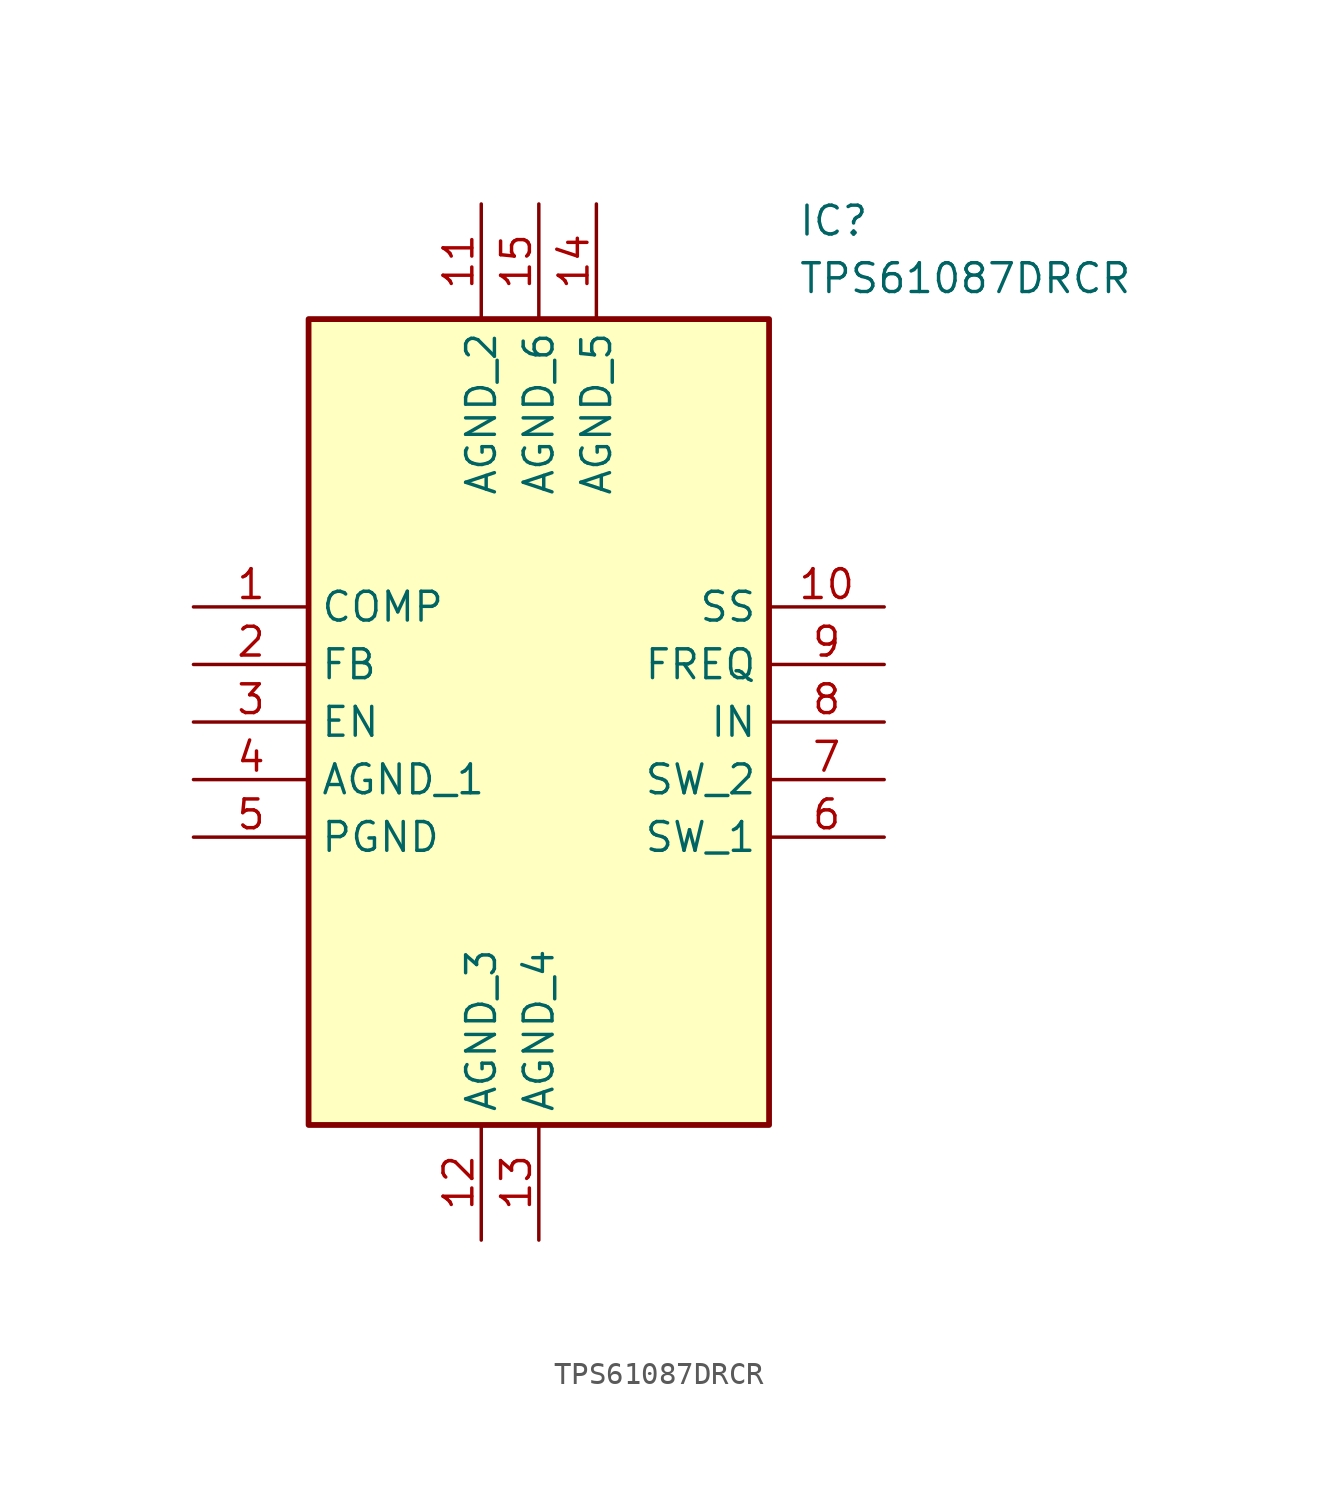
<source format=kicad_sym>
(kicad_symbol_lib
  (version 20211014)
  (generator SamacSys_ECAD_Model)
  (symbol "TPS61087DRCR"
    (property "Reference" "IC"
      (at 26.67 17.78 0)
      (effects (font (size 1.27 1.27)) (justify left top)))
    (property "Value" "TPS61087DRCR"
      (at 26.67 15.24 0)
      (effects (font (size 1.27 1.27)) (justify left top)))
    (rectangle
      (start 5.08 12.7)
      (end 25.4 -22.86)
      (stroke (width 0.254) (type default))
      (fill (type background)))
    (pin passive line
      (at 0 0 0)
      (length 5.08)
      (name "COMP" (effects (font (size 1.27 1.27))))
      (number "1" (effects (font (size 1.27 1.27)))))
    (pin passive line
      (at 0 -2.54 0)
      (length 5.08)
      (name "FB" (effects (font (size 1.27 1.27))))
      (number "2" (effects (font (size 1.27 1.27)))))
    (pin passive line
      (at 0 -5.08 0)
      (length 5.08)
      (name "EN" (effects (font (size 1.27 1.27))))
      (number "3" (effects (font (size 1.27 1.27)))))
    (pin passive line
      (at 0 -7.62 0)
      (length 5.08)
      (name "AGND_1" (effects (font (size 1.27 1.27))))
      (number "4" (effects (font (size 1.27 1.27)))))
    (pin passive line
      (at 0 -10.16 0)
      (length 5.08)
      (name "PGND" (effects (font (size 1.27 1.27))))
      (number "5" (effects (font (size 1.27 1.27)))))
    (pin passive line
      (at 30.48 -10.16 180)
      (length 5.08)
      (name "SW_1" (effects (font (size 1.27 1.27))))
      (number "6" (effects (font (size 1.27 1.27)))))
    (pin passive line
      (at 30.48 -7.62 180)
      (length 5.08)
      (name "SW_2" (effects (font (size 1.27 1.27))))
      (number "7" (effects (font (size 1.27 1.27)))))
    (pin passive line
      (at 30.48 -5.08 180)
      (length 5.08)
      (name "IN" (effects (font (size 1.27 1.27))))
      (number "8" (effects (font (size 1.27 1.27)))))
    (pin passive line
      (at 30.48 -2.54 180)
      (length 5.08)
      (name "FREQ" (effects (font (size 1.27 1.27))))
      (number "9" (effects (font (size 1.27 1.27)))))
    (pin passive line
      (at 30.48 0 180)
      (length 5.08)
      (name "SS" (effects (font (size 1.27 1.27))))
      (number "10" (effects (font (size 1.27 1.27)))))
    (pin passive line
      (at 12.7 17.78 270)
      (length 5.08)
      (name "AGND_2" (effects (font (size 1.27 1.27))))
      (number "11" (effects (font (size 1.27 1.27)))))
    (pin passive line
      (at 12.7 -27.94 90)
      (length 5.08)
      (name "AGND_3" (effects (font (size 1.27 1.27))))
      (number "12" (effects (font (size 1.27 1.27)))))
    (pin passive line
      (at 15.24 -27.94 90)
      (length 5.08)
      (name "AGND_4" (effects (font (size 1.27 1.27))))
      (number "13" (effects (font (size 1.27 1.27)))))
    (pin passive line
      (at 17.78 17.78 270)
      (length 5.08)
      (name "AGND_5" (effects (font (size 1.27 1.27))))
      (number "14" (effects (font (size 1.27 1.27)))))
    (pin passive line
      (at 15.24 17.78 270)
      (length 5.08)
      (name "AGND_6" (effects (font (size 1.27 1.27))))
      (number "15" (effects (font (size 1.27 1.27)))))))
</source>
